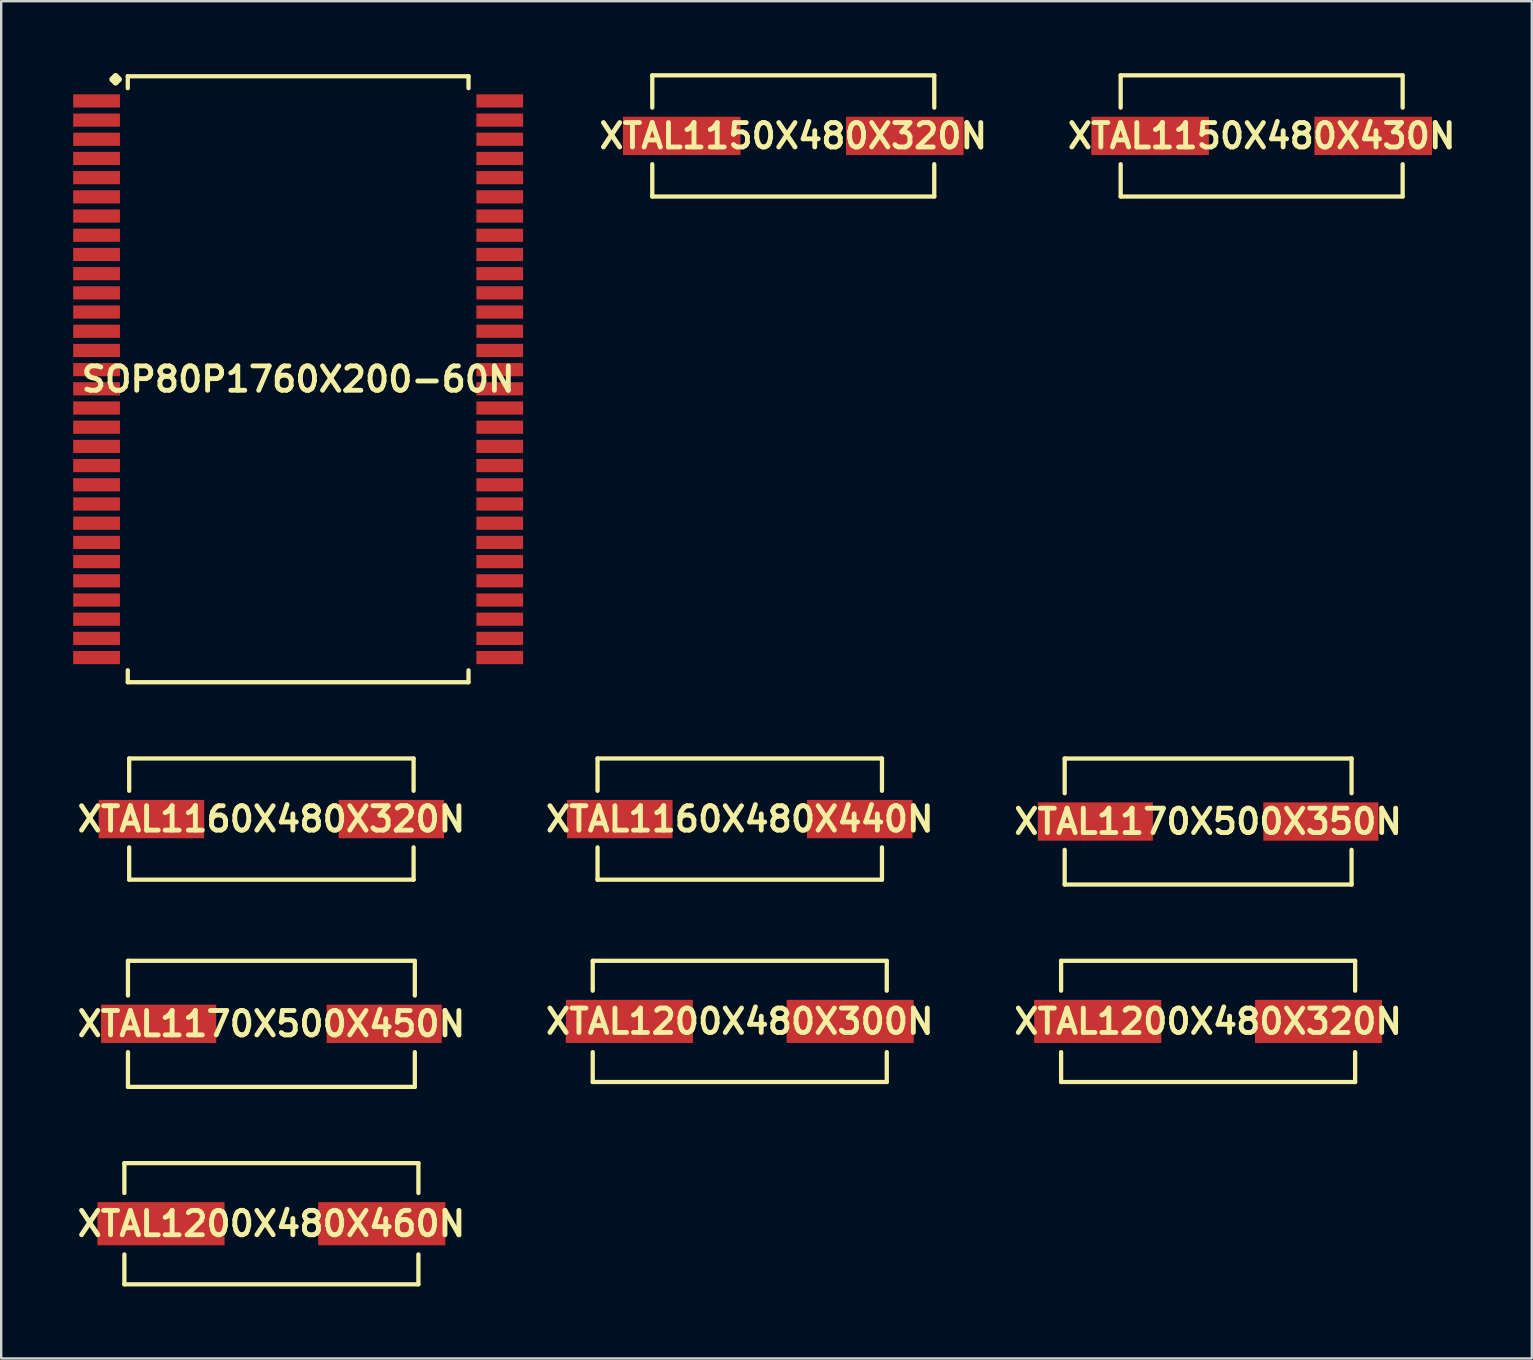
<source format=kicad_pcb>
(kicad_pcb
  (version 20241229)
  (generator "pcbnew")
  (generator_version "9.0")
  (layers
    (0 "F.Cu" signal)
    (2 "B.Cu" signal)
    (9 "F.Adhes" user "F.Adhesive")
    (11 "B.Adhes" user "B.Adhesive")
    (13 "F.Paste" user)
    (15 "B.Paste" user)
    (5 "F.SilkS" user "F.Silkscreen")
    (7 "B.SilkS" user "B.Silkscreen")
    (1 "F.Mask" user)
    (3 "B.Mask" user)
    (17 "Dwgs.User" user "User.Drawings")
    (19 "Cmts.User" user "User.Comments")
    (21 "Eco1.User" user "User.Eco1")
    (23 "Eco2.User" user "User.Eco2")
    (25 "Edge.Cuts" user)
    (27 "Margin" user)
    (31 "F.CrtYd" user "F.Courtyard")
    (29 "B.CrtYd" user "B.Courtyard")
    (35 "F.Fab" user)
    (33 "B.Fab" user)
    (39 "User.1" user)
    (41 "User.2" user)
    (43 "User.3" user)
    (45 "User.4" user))
  (footprint "XTAL1160X480X320N"
    (layer "F.Cu")
    (at 8.259 31.082)
    (property "Reference" "XTAL1160X480X320N" (at 0 0 0) (layer "F.SilkS") (effects (font (size 1.016 1.016) (thickness 0.203))))
    (attr smd)
    (fp_line (start -5.926 -2.525) (end 5.926 -2.525) (stroke (width 0.178) (type solid)) (layer "F.SilkS"))
    (fp_line (start -5.926 -1.179) (end -5.926 -2.525) (stroke (width 0.178) (type solid)) (layer "F.SilkS"))
    (fp_line (start -5.926 1.179) (end -5.926 2.525) (stroke (width 0.178) (type solid)) (layer "F.SilkS"))
    (fp_line (start -5.926 2.525) (end 5.926 2.525) (stroke (width 0.178) (type solid)) (layer "F.SilkS"))
    (fp_line (start 5.926 -2.525) (end 5.926 -1.179) (stroke (width 0.178) (type solid)) (layer "F.SilkS"))
    (fp_line (start 5.926 2.525) (end 5.926 1.179) (stroke (width 0.178) (type solid)) (layer "F.SilkS"))
    (pad "1" smd rect (at -4.999 0) (size 4.399 1.598) (layers "F.Cu" "F.Mask" "F.Paste"))
    (pad "2" smd rect (at 4.999 0) (size 4.399 1.598) (layers "F.Cu" "F.Mask" "F.Paste")))
  (footprint "XTAL1170X500X450N"
    (layer "F.Cu")
    (at 8.259 39.614)
    (property "Reference" "XTAL1170X500X450N" (at 0 0 0) (layer "F.SilkS") (effects (font (size 1.016 1.016) (thickness 0.203))))
    (attr smd)
    (fp_line (start -5.977 -2.626) (end 5.977 -2.626) (stroke (width 0.178) (type solid)) (layer "F.SilkS"))
    (fp_line (start -5.977 -1.179) (end -5.977 -2.626) (stroke (width 0.178) (type solid)) (layer "F.SilkS"))
    (fp_line (start -5.977 1.179) (end -5.977 2.626) (stroke (width 0.178) (type solid)) (layer "F.SilkS"))
    (fp_line (start -5.977 2.626) (end 5.977 2.626) (stroke (width 0.178) (type solid)) (layer "F.SilkS"))
    (fp_line (start 5.977 -2.626) (end 5.977 -1.179) (stroke (width 0.178) (type solid)) (layer "F.SilkS"))
    (fp_line (start 5.977 2.626) (end 5.977 1.179) (stroke (width 0.178) (type solid)) (layer "F.SilkS"))
    (pad "1" smd rect (at -4.699 0) (size 4.798 1.598) (layers "F.Cu" "F.Mask" "F.Paste"))
    (pad "2" smd rect (at 4.699 0) (size 4.798 1.598) (layers "F.Cu" "F.Mask" "F.Paste")))
  (footprint "XTAL1200X480X300N"
    (layer "F.Cu")
    (at 27.776 39.513)
    (property "Reference" "XTAL1200X480X300N" (at 0 0 0) (layer "F.SilkS") (effects (font (size 1.016 1.016) (thickness 0.203))))
    (attr smd)
    (fp_line (start -6.126 -2.525) (end 6.126 -2.525) (stroke (width 0.178) (type solid)) (layer "F.SilkS"))
    (fp_line (start -6.126 -1.28) (end -6.126 -2.525) (stroke (width 0.178) (type solid)) (layer "F.SilkS"))
    (fp_line (start -6.126 1.28) (end -6.126 2.525) (stroke (width 0.178) (type solid)) (layer "F.SilkS"))
    (fp_line (start -6.126 2.525) (end 6.126 2.525) (stroke (width 0.178) (type solid)) (layer "F.SilkS"))
    (fp_line (start 6.126 -2.525) (end 6.126 -1.28) (stroke (width 0.178) (type solid)) (layer "F.SilkS"))
    (fp_line (start 6.126 2.525) (end 6.126 1.28) (stroke (width 0.178) (type solid)) (layer "F.SilkS"))
    (pad "1" smd rect (at -4.6 0) (size 5.298 1.798) (layers "F.Cu" "F.Mask" "F.Paste"))
    (pad "2" smd rect (at 4.6 0) (size 5.298 1.798) (layers "F.Cu" "F.Mask" "F.Paste")))
  (footprint "SOP80P1760X200-60N"
    (layer "F.Cu")
    (at 9.374 12.753)
    (property "Reference" "SOP80P1760X200-60N" (at 0 0 0) (layer "F.SilkS") (effects (font (size 1.016 1.016) (thickness 0.203))))
    (attr smd)
    (fp_line (start -7.734 -12.499) (end -7.607 -12.626) (stroke (width 0.254) (type solid)) (layer "F.SilkS"))
    (fp_line (start -7.607 -12.626) (end -7.48 -12.499) (stroke (width 0.254) (type solid)) (layer "F.SilkS"))
    (fp_line (start -7.607 -12.372) (end -7.734 -12.499) (stroke (width 0.254) (type solid)) (layer "F.SilkS"))
    (fp_line (start -7.48 -12.499) (end -7.607 -12.372) (stroke (width 0.254) (type solid)) (layer "F.SilkS"))
    (fp_line (start -7.099 -12.626) (end 7.099 -12.626) (stroke (width 0.178) (type solid)) (layer "F.SilkS"))
    (fp_line (start -7.099 -12.129) (end -7.099 -12.626) (stroke (width 0.178) (type solid)) (layer "F.SilkS"))
    (fp_line (start -7.099 12.129) (end -7.099 12.626) (stroke (width 0.178) (type solid)) (layer "F.SilkS"))
    (fp_line (start -7.099 12.626) (end 7.099 12.626) (stroke (width 0.178) (type solid)) (layer "F.SilkS"))
    (fp_line (start 7.099 -12.626) (end 7.099 -12.129) (stroke (width 0.178) (type solid)) (layer "F.SilkS"))
    (fp_line (start 7.099 12.626) (end 7.099 12.129) (stroke (width 0.178) (type solid)) (layer "F.SilkS"))
    (pad "1" smd rect (at -8.4 -11.598) (size 1.948 0.549) (layers "F.Cu" "F.Mask" "F.Paste"))
    (pad "2" smd rect (at -8.4 -10.798) (size 1.948 0.549) (layers "F.Cu" "F.Mask" "F.Paste"))
    (pad "3" smd rect (at -8.4 -10) (size 1.948 0.549) (layers "F.Cu" "F.Mask" "F.Paste"))
    (pad "4" smd rect (at -8.4 -9.2) (size 1.948 0.549) (layers "F.Cu" "F.Mask" "F.Paste"))
    (pad "5" smd rect (at -8.4 -8.4) (size 1.948 0.549) (layers "F.Cu" "F.Mask" "F.Paste"))
    (pad "6" smd rect (at -8.4 -7.6) (size 1.948 0.549) (layers "F.Cu" "F.Mask" "F.Paste"))
    (pad "7" smd rect (at -8.4 -6.8) (size 1.948 0.549) (layers "F.Cu" "F.Mask" "F.Paste"))
    (pad "8" smd rect (at -8.4 -5.999) (size 1.948 0.549) (layers "F.Cu" "F.Mask" "F.Paste"))
    (pad "9" smd rect (at -8.4 -5.199) (size 1.948 0.549) (layers "F.Cu" "F.Mask" "F.Paste"))
    (pad "10" smd rect (at -8.4 -4.399) (size 1.948 0.549) (layers "F.Cu" "F.Mask" "F.Paste"))
    (pad "11" smd rect (at -8.4 -3.599) (size 1.948 0.549) (layers "F.Cu" "F.Mask" "F.Paste"))
    (pad "12" smd rect (at -8.4 -2.799) (size 1.948 0.549) (layers "F.Cu" "F.Mask" "F.Paste"))
    (pad "13" smd rect (at -8.4 -1.999) (size 1.948 0.549) (layers "F.Cu" "F.Mask" "F.Paste"))
    (pad "14" smd rect (at -8.4 -1.199) (size 1.948 0.549) (layers "F.Cu" "F.Mask" "F.Paste"))
    (pad "15" smd rect (at -8.4 -0.399) (size 1.948 0.549) (layers "F.Cu" "F.Mask" "F.Paste"))
    (pad "16" smd rect (at -8.4 0.399) (size 1.948 0.549) (layers "F.Cu" "F.Mask" "F.Paste"))
    (pad "17" smd rect (at -8.4 1.199) (size 1.948 0.549) (layers "F.Cu" "F.Mask" "F.Paste"))
    (pad "18" smd rect (at -8.4 1.999) (size 1.948 0.549) (layers "F.Cu" "F.Mask" "F.Paste"))
    (pad "19" smd rect (at -8.4 2.799) (size 1.948 0.549) (layers "F.Cu" "F.Mask" "F.Paste"))
    (pad "20" smd rect (at -8.4 3.599) (size 1.948 0.549) (layers "F.Cu" "F.Mask" "F.Paste"))
    (pad "21" smd rect (at -8.4 4.399) (size 1.948 0.549) (layers "F.Cu" "F.Mask" "F.Paste"))
    (pad "22" smd rect (at -8.4 5.199) (size 1.948 0.549) (layers "F.Cu" "F.Mask" "F.Paste"))
    (pad "23" smd rect (at -8.4 5.999) (size 1.948 0.549) (layers "F.Cu" "F.Mask" "F.Paste"))
    (pad "24" smd rect (at -8.4 6.8) (size 1.948 0.549) (layers "F.Cu" "F.Mask" "F.Paste"))
    (pad "25" smd rect (at -8.4 7.6) (size 1.948 0.549) (layers "F.Cu" "F.Mask" "F.Paste"))
    (pad "26" smd rect (at -8.4 8.4) (size 1.948 0.549) (layers "F.Cu" "F.Mask" "F.Paste"))
    (pad "27" smd rect (at -8.4 9.2) (size 1.948 0.549) (layers "F.Cu" "F.Mask" "F.Paste"))
    (pad "28" smd rect (at -8.4 10) (size 1.948 0.549) (layers "F.Cu" "F.Mask" "F.Paste"))
    (pad "29" smd rect (at -8.4 10.798) (size 1.948 0.549) (layers "F.Cu" "F.Mask" "F.Paste"))
    (pad "30" smd rect (at -8.4 11.598) (size 1.948 0.549) (layers "F.Cu" "F.Mask" "F.Paste"))
    (pad "31" smd rect (at 8.4 11.598) (size 1.948 0.549) (layers "F.Cu" "F.Mask" "F.Paste"))
    (pad "32" smd rect (at 8.4 10.798) (size 1.948 0.549) (layers "F.Cu" "F.Mask" "F.Paste"))
    (pad "33" smd rect (at 8.4 10) (size 1.948 0.549) (layers "F.Cu" "F.Mask" "F.Paste"))
    (pad "34" smd rect (at 8.4 9.2) (size 1.948 0.549) (layers "F.Cu" "F.Mask" "F.Paste"))
    (pad "35" smd rect (at 8.4 8.4) (size 1.948 0.549) (layers "F.Cu" "F.Mask" "F.Paste"))
    (pad "36" smd rect (at 8.4 7.6) (size 1.948 0.549) (layers "F.Cu" "F.Mask" "F.Paste"))
    (pad "37" smd rect (at 8.4 6.8) (size 1.948 0.549) (layers "F.Cu" "F.Mask" "F.Paste"))
    (pad "38" smd rect (at 8.4 5.999) (size 1.948 0.549) (layers "F.Cu" "F.Mask" "F.Paste"))
    (pad "39" smd rect (at 8.4 5.199) (size 1.948 0.549) (layers "F.Cu" "F.Mask" "F.Paste"))
    (pad "40" smd rect (at 8.4 4.399) (size 1.948 0.549) (layers "F.Cu" "F.Mask" "F.Paste"))
    (pad "41" smd rect (at 8.4 3.599) (size 1.948 0.549) (layers "F.Cu" "F.Mask" "F.Paste"))
    (pad "42" smd rect (at 8.4 2.799) (size 1.948 0.549) (layers "F.Cu" "F.Mask" "F.Paste"))
    (pad "43" smd rect (at 8.4 1.999) (size 1.948 0.549) (layers "F.Cu" "F.Mask" "F.Paste"))
    (pad "44" smd rect (at 8.4 1.199) (size 1.948 0.549) (layers "F.Cu" "F.Mask" "F.Paste"))
    (pad "45" smd rect (at 8.4 0.399) (size 1.948 0.549) (layers "F.Cu" "F.Mask" "F.Paste"))
    (pad "46" smd rect (at 8.4 -0.399) (size 1.948 0.549) (layers "F.Cu" "F.Mask" "F.Paste"))
    (pad "47" smd rect (at 8.4 -1.199) (size 1.948 0.549) (layers "F.Cu" "F.Mask" "F.Paste"))
    (pad "48" smd rect (at 8.4 -1.999) (size 1.948 0.549) (layers "F.Cu" "F.Mask" "F.Paste"))
    (pad "49" smd rect (at 8.4 -2.799) (size 1.948 0.549) (layers "F.Cu" "F.Mask" "F.Paste"))
    (pad "50" smd rect (at 8.4 -3.599) (size 1.948 0.549) (layers "F.Cu" "F.Mask" "F.Paste"))
    (pad "51" smd rect (at 8.4 -4.399) (size 1.948 0.549) (layers "F.Cu" "F.Mask" "F.Paste"))
    (pad "52" smd rect (at 8.4 -5.199) (size 1.948 0.549) (layers "F.Cu" "F.Mask" "F.Paste"))
    (pad "53" smd rect (at 8.4 -5.999) (size 1.948 0.549) (layers "F.Cu" "F.Mask" "F.Paste"))
    (pad "54" smd rect (at 8.4 -6.8) (size 1.948 0.549) (layers "F.Cu" "F.Mask" "F.Paste"))
    (pad "55" smd rect (at 8.4 -7.6) (size 1.948 0.549) (layers "F.Cu" "F.Mask" "F.Paste"))
    (pad "56" smd rect (at 8.4 -8.4) (size 1.948 0.549) (layers "F.Cu" "F.Mask" "F.Paste"))
    (pad "57" smd rect (at 8.4 -9.2) (size 1.948 0.549) (layers "F.Cu" "F.Mask" "F.Paste"))
    (pad "58" smd rect (at 8.4 -10) (size 1.948 0.549) (layers "F.Cu" "F.Mask" "F.Paste"))
    (pad "59" smd rect (at 8.4 -10.798) (size 1.948 0.549) (layers "F.Cu" "F.Mask" "F.Paste"))
    (pad "60" smd rect (at 8.4 -11.598) (size 1.948 0.549) (layers "F.Cu" "F.Mask" "F.Paste")))
  (footprint "XTAL1150X480X430N"
    (layer "F.Cu")
    (at 49.524 2.614)
    (property "Reference" "XTAL1150X480X430N" (at 0 0 0) (layer "F.SilkS") (effects (font (size 1.016 1.016) (thickness 0.203))))
    (attr smd)
    (fp_line (start -5.875 -2.525) (end 5.875 -2.525) (stroke (width 0.178) (type solid)) (layer "F.SilkS"))
    (fp_line (start -5.875 -1.179) (end -5.875 -2.525) (stroke (width 0.178) (type solid)) (layer "F.SilkS"))
    (fp_line (start -5.875 1.179) (end -5.875 2.525) (stroke (width 0.178) (type solid)) (layer "F.SilkS"))
    (fp_line (start -5.875 2.525) (end 5.875 2.525) (stroke (width 0.178) (type solid)) (layer "F.SilkS"))
    (fp_line (start 5.875 -2.525) (end 5.875 -1.179) (stroke (width 0.178) (type solid)) (layer "F.SilkS"))
    (fp_line (start 5.875 2.525) (end 5.875 1.179) (stroke (width 0.178) (type solid)) (layer "F.SilkS"))
    (pad "1" smd rect (at -4.648 0) (size 4.9 1.598) (layers "F.Cu" "F.Mask" "F.Paste"))
    (pad "2" smd rect (at 4.648 0) (size 4.9 1.598) (layers "F.Cu" "F.Mask" "F.Paste")))
  (footprint "XTAL1170X500X350N"
    (layer "F.Cu")
    (at 47.293 31.184)
    (property "Reference" "XTAL1170X500X350N" (at 0 0 0) (layer "F.SilkS") (effects (font (size 1.016 1.016) (thickness 0.203))))
    (attr smd)
    (fp_line (start -5.977 -2.626) (end 5.977 -2.626) (stroke (width 0.178) (type solid)) (layer "F.SilkS"))
    (fp_line (start -5.977 -1.179) (end -5.977 -2.626) (stroke (width 0.178) (type solid)) (layer "F.SilkS"))
    (fp_line (start -5.977 1.179) (end -5.977 2.626) (stroke (width 0.178) (type solid)) (layer "F.SilkS"))
    (fp_line (start -5.977 2.626) (end 5.977 2.626) (stroke (width 0.178) (type solid)) (layer "F.SilkS"))
    (fp_line (start 5.977 -2.626) (end 5.977 -1.179) (stroke (width 0.178) (type solid)) (layer "F.SilkS"))
    (fp_line (start 5.977 2.626) (end 5.977 1.179) (stroke (width 0.178) (type solid)) (layer "F.SilkS"))
    (pad "1" smd rect (at -4.699 0) (size 4.798 1.598) (layers "F.Cu" "F.Mask" "F.Paste"))
    (pad "2" smd rect (at 4.699 0) (size 4.798 1.598) (layers "F.Cu" "F.Mask" "F.Paste")))
  (footprint "XTAL1200X480X320N"
    (layer "F.Cu")
    (at 47.293 39.513)
    (property "Reference" "XTAL1200X480X320N" (at 0 0 0) (layer "F.SilkS") (effects (font (size 1.016 1.016) (thickness 0.203))))
    (attr smd)
    (fp_line (start -6.126 -2.525) (end 6.126 -2.525) (stroke (width 0.178) (type solid)) (layer "F.SilkS"))
    (fp_line (start -6.126 -1.28) (end -6.126 -2.525) (stroke (width 0.178) (type solid)) (layer "F.SilkS"))
    (fp_line (start -6.126 1.28) (end -6.126 2.525) (stroke (width 0.178) (type solid)) (layer "F.SilkS"))
    (fp_line (start -6.126 2.525) (end 6.126 2.525) (stroke (width 0.178) (type solid)) (layer "F.SilkS"))
    (fp_line (start 6.126 -2.525) (end 6.126 -1.28) (stroke (width 0.178) (type solid)) (layer "F.SilkS"))
    (fp_line (start 6.126 2.525) (end 6.126 1.28) (stroke (width 0.178) (type solid)) (layer "F.SilkS"))
    (pad "1" smd rect (at -4.6 0) (size 5.298 1.798) (layers "F.Cu" "F.Mask" "F.Paste"))
    (pad "2" smd rect (at 4.6 0) (size 5.298 1.798) (layers "F.Cu" "F.Mask" "F.Paste")))
  (footprint "XTAL1200X480X460N"
    (layer "F.Cu")
    (at 8.259 47.943)
    (property "Reference" "XTAL1200X480X460N" (at 0 0 0) (layer "F.SilkS") (effects (font (size 1.016 1.016) (thickness 0.203))))
    (attr smd)
    (fp_line (start -6.126 -2.525) (end 6.126 -2.525) (stroke (width 0.178) (type solid)) (layer "F.SilkS"))
    (fp_line (start -6.126 -1.28) (end -6.126 -2.525) (stroke (width 0.178) (type solid)) (layer "F.SilkS"))
    (fp_line (start -6.126 1.28) (end -6.126 2.525) (stroke (width 0.178) (type solid)) (layer "F.SilkS"))
    (fp_line (start -6.126 2.525) (end 6.126 2.525) (stroke (width 0.178) (type solid)) (layer "F.SilkS"))
    (fp_line (start 6.126 -2.525) (end 6.126 -1.28) (stroke (width 0.178) (type solid)) (layer "F.SilkS"))
    (fp_line (start 6.126 2.525) (end 6.126 1.28) (stroke (width 0.178) (type solid)) (layer "F.SilkS"))
    (pad "1" smd rect (at -4.6 0) (size 5.298 1.798) (layers "F.Cu" "F.Mask" "F.Paste"))
    (pad "2" smd rect (at 4.6 0) (size 5.298 1.798) (layers "F.Cu" "F.Mask" "F.Paste")))
  (footprint "XTAL1160X480X440N"
    (layer "F.Cu")
    (at 27.776 31.082)
    (property "Reference" "XTAL1160X480X440N" (at 0 0 0) (layer "F.SilkS") (effects (font (size 1.016 1.016) (thickness 0.203))))
    (attr smd)
    (fp_line (start -5.926 -2.525) (end 5.926 -2.525) (stroke (width 0.178) (type solid)) (layer "F.SilkS"))
    (fp_line (start -5.926 -1.179) (end -5.926 -2.525) (stroke (width 0.178) (type solid)) (layer "F.SilkS"))
    (fp_line (start -5.926 1.179) (end -5.926 2.525) (stroke (width 0.178) (type solid)) (layer "F.SilkS"))
    (fp_line (start -5.926 2.525) (end 5.926 2.525) (stroke (width 0.178) (type solid)) (layer "F.SilkS"))
    (fp_line (start 5.926 -2.525) (end 5.926 -1.179) (stroke (width 0.178) (type solid)) (layer "F.SilkS"))
    (fp_line (start 5.926 2.525) (end 5.926 1.179) (stroke (width 0.178) (type solid)) (layer "F.SilkS"))
    (pad "1" smd rect (at -4.999 0) (size 4.399 1.598) (layers "F.Cu" "F.Mask" "F.Paste"))
    (pad "2" smd rect (at 4.999 0) (size 4.399 1.598) (layers "F.Cu" "F.Mask" "F.Paste")))
  (footprint "XTAL1150X480X320N"
    (layer "F.Cu")
    (at 30.006 2.614)
    (property "Reference" "XTAL1150X480X320N" (at 0 0 0) (layer "F.SilkS") (effects (font (size 1.016 1.016) (thickness 0.203))))
    (attr smd)
    (fp_line (start -5.875 -2.525) (end 5.875 -2.525) (stroke (width 0.178) (type solid)) (layer "F.SilkS"))
    (fp_line (start -5.875 -1.179) (end -5.875 -2.525) (stroke (width 0.178) (type solid)) (layer "F.SilkS"))
    (fp_line (start -5.875 1.179) (end -5.875 2.525) (stroke (width 0.178) (type solid)) (layer "F.SilkS"))
    (fp_line (start -5.875 2.525) (end 5.875 2.525) (stroke (width 0.178) (type solid)) (layer "F.SilkS"))
    (fp_line (start 5.875 -2.525) (end 5.875 -1.179) (stroke (width 0.178) (type solid)) (layer "F.SilkS"))
    (fp_line (start 5.875 2.525) (end 5.875 1.179) (stroke (width 0.178) (type solid)) (layer "F.SilkS"))
    (pad "1" smd rect (at -4.648 0) (size 4.9 1.598) (layers "F.Cu" "F.Mask" "F.Paste"))
    (pad "2" smd rect (at 4.648 0) (size 4.9 1.598) (layers "F.Cu" "F.Mask" "F.Paste")))
  (gr_rect
    (start -3 -3)
    (end 60.782 53.557)
    (stroke (width 0.1) (type default))
    (fill no)
    (layer "Edge.Cuts")))
</source>
